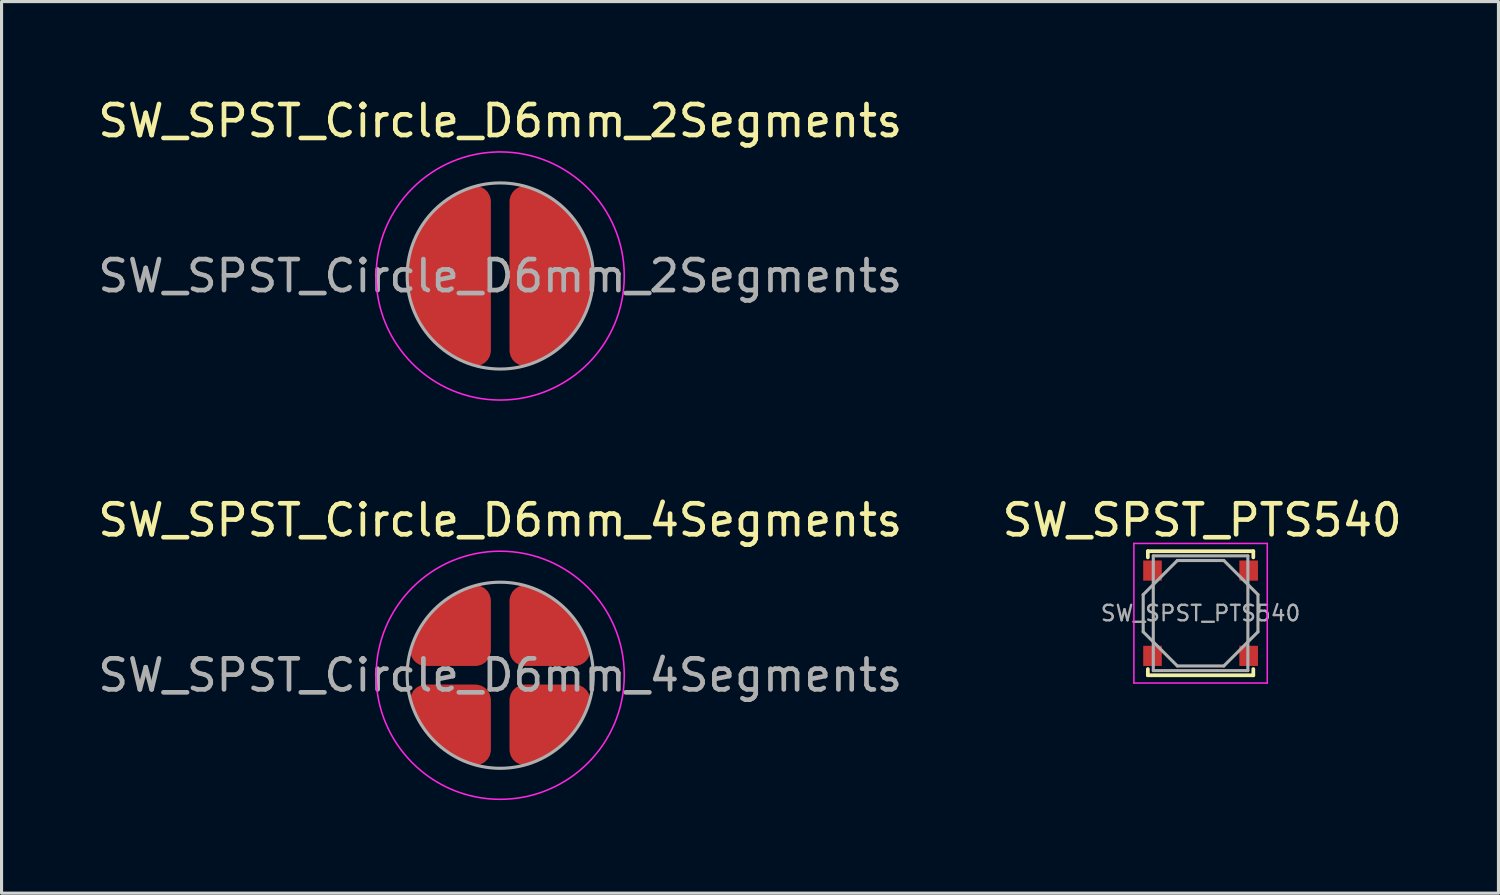
<source format=kicad_pcb>
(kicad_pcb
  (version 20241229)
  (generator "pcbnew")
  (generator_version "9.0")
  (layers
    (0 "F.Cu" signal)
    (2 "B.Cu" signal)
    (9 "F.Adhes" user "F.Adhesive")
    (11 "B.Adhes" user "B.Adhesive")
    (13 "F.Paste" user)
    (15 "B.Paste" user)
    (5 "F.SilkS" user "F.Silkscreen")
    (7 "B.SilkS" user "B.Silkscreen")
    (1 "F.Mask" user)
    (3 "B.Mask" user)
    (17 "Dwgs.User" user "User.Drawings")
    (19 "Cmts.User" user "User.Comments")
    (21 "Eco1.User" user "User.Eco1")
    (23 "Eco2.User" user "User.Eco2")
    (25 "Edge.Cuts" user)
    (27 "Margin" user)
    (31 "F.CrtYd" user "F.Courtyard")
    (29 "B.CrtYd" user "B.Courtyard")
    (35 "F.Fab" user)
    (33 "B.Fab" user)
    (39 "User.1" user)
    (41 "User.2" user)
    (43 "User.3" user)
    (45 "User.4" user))
  (footprint "SW_SPST_Circle_D6mm_2Segments"
    (layer "F.Cu")
    (at 13.077 5.848)
    (property "Reference" "SW_SPST_Circle_D6mm_2Segments" (at 0 -5 0) (layer "F.SilkS") (effects (font (size 1 1) (thickness 0.15))))
    (attr exclude_from_pos_files exclude_from_bom)
    (fp_circle (center 0 0) (end 4 0) (stroke (width 0.05) (type solid)) (fill no) (layer "F.CrtYd"))
    (fp_circle (center 0 0) (end 3 0) (stroke (width 0.1) (type solid)) (fill no) (layer "F.Fab"))
    (fp_text user "${REFERENCE}" (at 0 0 0) (layer "F.Fab") (effects (font (size 1 1) (thickness 0.15))))
    (pad "1" smd custom (at -1.3 0) (size 1 1) (layers "F.Cu" "F.Mask") (options (anchor rect)) (primitives (gr_line (start 0.5 -2.4) (end 0.5 2.4) (width 1)) (gr_arc (start 0.5 2.4) (mid -1.22982 0.002872) (end 0.494552 -2.398177) (width 1)) (gr_arc (start 0.5 1.6) (mid -0.488854 0.001091) (end 0.498049 -1.599023) (width 1))))
    (pad "2" smd custom (at 1.3 0 180) (size 1 1) (layers "F.Cu" "F.Mask") (options (anchor rect)) (primitives (gr_line (start 0.5 -2.4) (end 0.5 2.4) (width 1)) (gr_arc (start 0.5 2.4) (mid -1.22982 0.002872) (end 0.494552 -2.398177) (width 1)) (gr_arc (start 0.5 1.6) (mid -0.488854 0.001091) (end 0.498049 -1.599023) (width 1)))))
  (footprint "SW_SPST_PTS540"
    (layer "F.Cu")
    (at 35.658 16.721)
    (property "Reference" "SW_SPST_PTS540" (at 0.05 -3 0) (layer "F.SilkS") (effects (font (size 1 1) (thickness 0.15))))
    (attr smd)
    (fp_line (start -1.7 -2) (end -1.7 -1.8) (stroke (width 0.12) (type solid)) (layer "F.SilkS"))
    (fp_line (start -1.7 1.8) (end -1.7 2) (stroke (width 0.12) (type solid)) (layer "F.SilkS"))
    (fp_line (start 1.7 -2) (end -1.7 -2) (stroke (width 0.12) (type solid)) (layer "F.SilkS"))
    (fp_line (start 1.7 -2) (end 1.7 -1.8) (stroke (width 0.12) (type solid)) (layer "F.SilkS"))
    (fp_line (start 1.7 1.8) (end 1.7 2) (stroke (width 0.12) (type solid)) (layer "F.SilkS"))
    (fp_line (start 1.7 2) (end -1.7 2) (stroke (width 0.12) (type solid)) (layer "F.SilkS"))
    (fp_line (start -2.15 -2.25) (end -2.15 2.25) (stroke (width 0.05) (type solid)) (layer "F.CrtYd"))
    (fp_line (start 2.15 -2.25) (end -2.15 -2.25) (stroke (width 0.05) (type solid)) (layer "F.CrtYd"))
    (fp_line (start 2.15 -2.25) (end 2.15 2.25) (stroke (width 0.05) (type solid)) (layer "F.CrtYd"))
    (fp_line (start 2.15 2.25) (end -2.15 2.25) (stroke (width 0.05) (type solid)) (layer "F.CrtYd"))
    (fp_line (start -1.85 -0.6) (end -1.85 0.6) (stroke (width 0.1) (type solid)) (layer "F.Fab"))
    (fp_line (start -1.85 -0.6) (end -0.75 -1.7) (stroke (width 0.1) (type solid)) (layer "F.Fab"))
    (fp_line (start -1.525 -1.85) (end -1.525 1.85) (stroke (width 0.1) (type solid)) (layer "F.Fab"))
    (fp_line (start -1.525 -1.85) (end 1.525 -1.85) (stroke (width 0.1) (type solid)) (layer "F.Fab"))
    (fp_line (start -1.525 1.85) (end 1.525 1.85) (stroke (width 0.1) (type solid)) (layer "F.Fab"))
    (fp_line (start -0.75 -1.7) (end 0.75 -1.7) (stroke (width 0.1) (type solid)) (layer "F.Fab"))
    (fp_line (start -0.75 1.7) (end -1.85 0.6) (stroke (width 0.1) (type solid)) (layer "F.Fab"))
    (fp_line (start -0.75 1.7) (end 0.75 1.7) (stroke (width 0.1) (type solid)) (layer "F.Fab"))
    (fp_line (start 0.75 1.7) (end 1.85 0.6) (stroke (width 0.1) (type solid)) (layer "F.Fab"))
    (fp_line (start 1.525 -1.85) (end 1.525 1.85) (stroke (width 0.1) (type solid)) (layer "F.Fab"))
    (fp_line (start 1.85 -0.6) (end 0.75 -1.7) (stroke (width 0.1) (type solid)) (layer "F.Fab"))
    (fp_line (start 1.85 -0.6) (end 1.85 0.6) (stroke (width 0.1) (type solid)) (layer "F.Fab"))
    (fp_text user "${REFERENCE}" (at 0 0 0) (layer "F.Fab") (effects (font (size 0.5 0.5) (thickness 0.075))))
    (pad "1" smd rect (at -1.55 -1.375) (size 0.6 0.65) (layers "F.Cu" "F.Mask" "F.Paste"))
    (pad "1" smd rect (at 1.55 -1.375) (size 0.6 0.65) (layers "F.Cu" "F.Mask" "F.Paste"))
    (pad "2" smd rect (at -1.55 1.375) (size 0.6 0.65) (layers "F.Cu" "F.Mask" "F.Paste"))
    (pad "2" smd rect (at 1.55 1.375) (size 0.6 0.65) (layers "F.Cu" "F.Mask" "F.Paste")))
  (footprint "SW_SPST_Circle_D6mm_4Segments"
    (layer "F.Cu")
    (at 13.077 18.721)
    (property "Reference" "SW_SPST_Circle_D6mm_4Segments" (at 0 -5 0) (layer "F.SilkS") (effects (font (size 1 1) (thickness 0.15))))
    (attr exclude_from_pos_files exclude_from_bom)
    (fp_circle (center 0 0) (end 4 0) (stroke (width 0.05) (type solid)) (fill no) (layer "F.CrtYd"))
    (fp_circle (center 0 0) (end 3 0) (stroke (width 0.1) (type solid)) (fill no) (layer "F.Fab"))
    (fp_text user "${REFERENCE}" (at 0 0 0) (layer "F.Fab") (effects (font (size 1 1) (thickness 0.15))))
    (pad "1" smd custom (at -1.6 -1.4) (size 1 1) (layers "F.Cu" "F.Mask") (options (anchor rect)) (primitives (gr_line (start -0.8 0.6) (end 0.8 0.6) (width 1)) (gr_arc (start -0.8 0.6) (mid -0.190884 -0.386822) (end 0.794552 -0.998177) (width 1)) (gr_arc (start 0 0.6) (mid 0.328436 0.090611) (end 0.796195 -0.294808) (width 1)) (gr_line (start 0.8 -1) (end 0.8 0.6) (width 1))))
    (pad "1" smd custom (at -1.6 1.4) (size 1 1) (layers "F.Cu" "F.Mask") (options (anchor rect)) (primitives (gr_arc (start 0.798739 0.999579) (mid -0.187763 0.389945) (end -0.7986 -0.595813) (width 1)) (gr_arc (start 0.798049 0.199023) (mid 0.334318 -0.135861) (end 0 -0.6) (width 1)) (gr_line (start 0.8 -0.6) (end 0.8 1) (width 1)) (gr_line (start 0.8 -0.6) (end -0.8 -0.6) (width 1))))
    (pad "2" smd custom (at 1.6 -1.4 180) (size 1 1) (layers "F.Cu" "F.Mask") (options (anchor rect)) (primitives (gr_arc (start 0.798739 0.999579) (mid -0.187763 0.389945) (end -0.7986 -0.595813) (width 1)) (gr_arc (start 0.798049 0.199023) (mid 0.334318 -0.135861) (end 0 -0.6) (width 1)) (gr_line (start 0.8 -0.6) (end 0.8 1) (width 1)) (gr_line (start 0.8 -0.6) (end -0.8 -0.6) (width 1))))
    (pad "2" smd custom (at 1.6 1.4 180) (size 1 1) (layers "F.Cu" "F.Mask") (options (anchor rect)) (primitives (gr_line (start -0.8 0.6) (end 0.8 0.6) (width 1)) (gr_arc (start -0.8 0.6) (mid -0.190884 -0.386822) (end 0.794552 -0.998177) (width 1)) (gr_arc (start 0 0.6) (mid 0.328436 0.090611) (end 0.796195 -0.294808) (width 1)) (gr_line (start 0.8 -1) (end 0.8 0.6) (width 1)))))
  (gr_rect
    (start -3 -3)
    (end 45.262 25.747)
    (stroke (width 0.1) (type default))
    (fill no)
    (layer "Edge.Cuts")))
</source>
